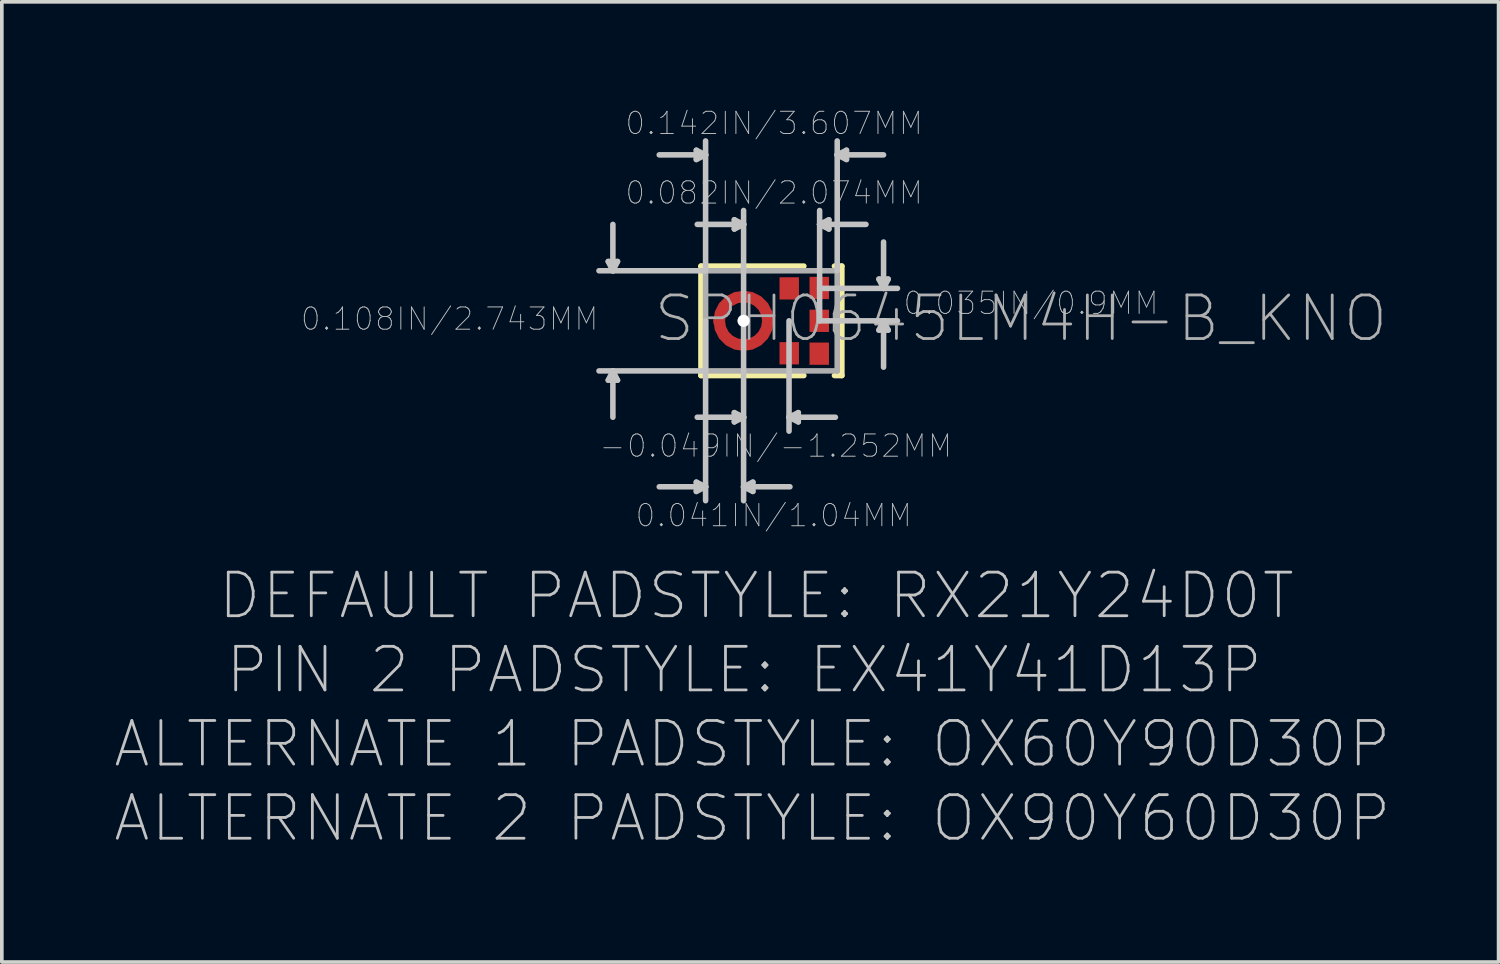
<source format=kicad_pcb>
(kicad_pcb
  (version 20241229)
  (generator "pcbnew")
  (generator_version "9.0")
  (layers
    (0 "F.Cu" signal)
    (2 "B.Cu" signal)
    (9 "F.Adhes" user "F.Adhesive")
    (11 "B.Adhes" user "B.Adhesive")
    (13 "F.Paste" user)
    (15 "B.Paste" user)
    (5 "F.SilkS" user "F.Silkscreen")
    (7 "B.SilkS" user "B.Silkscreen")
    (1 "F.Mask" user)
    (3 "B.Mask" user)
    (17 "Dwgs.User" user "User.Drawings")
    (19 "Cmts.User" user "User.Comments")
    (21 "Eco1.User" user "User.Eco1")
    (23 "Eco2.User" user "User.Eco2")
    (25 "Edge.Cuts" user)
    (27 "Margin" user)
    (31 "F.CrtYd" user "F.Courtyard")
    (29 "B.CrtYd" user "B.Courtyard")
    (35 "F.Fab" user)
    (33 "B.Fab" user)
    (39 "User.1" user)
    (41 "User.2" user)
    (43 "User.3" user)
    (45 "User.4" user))
  (footprint "SPH0645LM4H-B_KNO"
    (layer "F.Cu")
    (at 18.085 5.74)
    (property "Reference" "SPH0645LM4H-B_KNO" (at -3.277 0.635 0) (layer "F.Fab") (effects (font (size 1.194 1.194) (thickness 0.076)) (justify left bottom)))
    (fp_poly (pts (xy -0.508 -0.785) (xy -0.278 -0.668) (xy -0.095 -0.485) (xy 0.022 -0.255) (xy 0.062 -0.001) (xy 0.058 0.085) (xy -0.258 0.057) (xy -0.255 0.001) (xy -0.28 -0.157) (xy -0.353 -0.299) (xy -0.465 -0.411) (xy -0.606 -0.483) (xy -0.763 -0.508) (xy -0.92 -0.483) (xy -1.062 -0.411) (xy -1.174 -0.299) (xy -1.246 -0.157) (xy -1.271 0.001) (xy -1.269 0.057) (xy -1.585 0.085) (xy -1.589 -0.001) (xy -1.549 -0.255) (xy -1.431 -0.485) (xy -1.249 -0.668) (xy -1.019 -0.785) (xy -0.763 -0.826)) (stroke (width 0) (type solid)) (fill yes) (layer "F.Cu"))
    (fp_poly (pts (xy 0.062 0.001) (xy 0.022 0.255) (xy -0.095 0.485) (xy -0.278 0.668) (xy -0.508 0.785) (xy -0.763 0.826) (xy -1.019 0.785) (xy -1.249 0.668) (xy -1.431 0.485) (xy -1.549 0.255) (xy -1.589 0.001) (xy -1.585 -0.085) (xy -1.269 -0.057) (xy -1.271 -0.001) (xy -1.246 0.157) (xy -1.174 0.299) (xy -1.062 0.411) (xy -0.92 0.483) (xy -0.763 0.508) (xy -0.606 0.483) (xy -0.465 0.411) (xy -0.353 0.299) (xy -0.28 0.157) (xy -0.255 -0.001) (xy -0.258 -0.057) (xy 0.058 -0.085)) (stroke (width 0) (type solid)) (fill yes) (layer "F.Cu"))
    (fp_poly (pts (xy -0.508 -0.785) (xy -0.278 -0.668) (xy -0.095 -0.485) (xy 0.022 -0.255) (xy 0.062 -0.001) (xy 0.058 0.085) (xy -0.258 0.057) (xy -0.255 0.001) (xy -0.28 -0.157) (xy -0.353 -0.299) (xy -0.465 -0.411) (xy -0.606 -0.483) (xy -0.763 -0.508) (xy -0.92 -0.483) (xy -1.062 -0.411) (xy -1.174 -0.299) (xy -1.246 -0.157) (xy -1.271 0.001) (xy -1.269 0.057) (xy -1.585 0.085) (xy -1.589 -0.001) (xy -1.549 -0.255) (xy -1.431 -0.485) (xy -1.249 -0.668) (xy -1.019 -0.785) (xy -0.763 -0.826)) (stroke (width 0) (type solid)) (fill yes) (layer "F.Mask"))
    (fp_poly (pts (xy 0.062 0.001) (xy 0.022 0.255) (xy -0.095 0.485) (xy -0.278 0.668) (xy -0.508 0.785) (xy -0.763 0.826) (xy -1.019 0.785) (xy -1.249 0.668) (xy -1.431 0.485) (xy -1.549 0.255) (xy -1.589 0.001) (xy -1.585 -0.085) (xy -1.269 -0.057) (xy -1.271 -0.001) (xy -1.246 0.157) (xy -1.174 0.299) (xy -1.062 0.411) (xy -0.92 0.483) (xy -0.763 0.508) (xy -0.606 0.483) (xy -0.465 0.411) (xy -0.353 0.299) (xy -0.28 0.157) (xy -0.255 -0.001) (xy -0.258 -0.057) (xy 0.058 -0.085)) (stroke (width 0) (type solid)) (fill yes) (layer "F.Mask"))
    (fp_line (start -1.93 -1.499) (end -1.93 1.499) (stroke (width 0.152) (type solid)) (layer "F.SilkS"))
    (fp_line (start -1.93 1.499) (end 0.889 1.499) (stroke (width 0.152) (type solid)) (layer "F.SilkS"))
    (fp_line (start 0.889 -1.499) (end -1.93 -1.499) (stroke (width 0.152) (type solid)) (layer "F.SilkS"))
    (fp_line (start 1.727 1.499) (end 1.93 1.499) (stroke (width 0.152) (type solid)) (layer "F.SilkS"))
    (fp_line (start 1.93 -1.499) (end 1.727 -1.499) (stroke (width 0.152) (type solid)) (layer "F.SilkS"))
    (fp_line (start 1.93 1.499) (end 1.93 -1.499) (stroke (width 0.152) (type solid)) (layer "F.SilkS"))
    (fp_poly (pts (xy -0.508 -0.785) (xy -0.278 -0.668) (xy -0.095 -0.485) (xy 0.022 -0.255) (xy 0.062 -0.001) (xy 0.058 0.085) (xy -0.258 0.057) (xy -0.255 0.001) (xy -0.28 -0.157) (xy -0.353 -0.299) (xy -0.465 -0.411) (xy -0.606 -0.483) (xy -0.763 -0.508) (xy -0.92 -0.483) (xy -1.062 -0.411) (xy -1.174 -0.299) (xy -1.246 -0.157) (xy -1.271 0.001) (xy -1.269 0.057) (xy -1.585 0.085) (xy -1.589 -0.001) (xy -1.549 -0.255) (xy -1.431 -0.485) (xy -1.249 -0.668) (xy -1.019 -0.785) (xy -0.763 -0.826)) (stroke (width 0) (type solid)) (fill yes) (layer "F.Paste"))
    (fp_poly (pts (xy 0.062 0.001) (xy 0.022 0.255) (xy -0.095 0.485) (xy -0.278 0.668) (xy -0.508 0.785) (xy -0.763 0.826) (xy -1.019 0.785) (xy -1.249 0.668) (xy -1.431 0.485) (xy -1.549 0.255) (xy -1.589 0.001) (xy -1.585 -0.085) (xy -1.269 -0.057) (xy -1.271 -0.001) (xy -1.246 0.157) (xy -1.174 0.299) (xy -1.062 0.411) (xy -0.92 0.483) (xy -0.763 0.508) (xy -0.606 0.483) (xy -0.465 0.411) (xy -0.353 0.299) (xy -0.28 0.157) (xy -0.255 -0.001) (xy -0.258 -0.057) (xy 0.058 -0.085)) (stroke (width 0) (type solid)) (fill yes) (layer "F.Paste"))
    (fp_line (start -4.47 -1.626) (end -4.216 -1.626) (stroke (width 0.152) (type solid)) (layer "Dwgs.User"))
    (fp_line (start -4.47 1.626) (end -4.216 1.626) (stroke (width 0.152) (type solid)) (layer "Dwgs.User"))
    (fp_line (start -4.343 -1.372) (end -4.724 -1.372) (stroke (width 0.152) (type solid)) (layer "Dwgs.User"))
    (fp_line (start -4.343 -1.372) (end -4.47 -1.626) (stroke (width 0.152) (type solid)) (layer "Dwgs.User"))
    (fp_line (start -4.343 -1.372) (end -4.343 -2.642) (stroke (width 0.152) (type solid)) (layer "Dwgs.User"))
    (fp_line (start -4.343 -1.372) (end -4.216 -1.626) (stroke (width 0.152) (type solid)) (layer "Dwgs.User"))
    (fp_line (start -4.343 1.372) (end -4.724 1.372) (stroke (width 0.152) (type solid)) (layer "Dwgs.User"))
    (fp_line (start -4.343 1.372) (end -4.47 1.626) (stroke (width 0.152) (type solid)) (layer "Dwgs.User"))
    (fp_line (start -4.343 1.372) (end -4.343 2.642) (stroke (width 0.152) (type solid)) (layer "Dwgs.User"))
    (fp_line (start -4.343 1.372) (end -4.216 1.626) (stroke (width 0.152) (type solid)) (layer "Dwgs.User"))
    (fp_line (start -2.057 -4.674) (end -2.057 -4.42) (stroke (width 0.152) (type solid)) (layer "Dwgs.User"))
    (fp_line (start -2.057 4.42) (end -2.057 4.674) (stroke (width 0.152) (type solid)) (layer "Dwgs.User"))
    (fp_line (start -1.803 -4.547) (end -3.073 -4.547) (stroke (width 0.152) (type solid)) (layer "Dwgs.User"))
    (fp_line (start -1.803 -4.547) (end -2.057 -4.674) (stroke (width 0.152) (type solid)) (layer "Dwgs.User"))
    (fp_line (start -1.803 -4.547) (end -2.057 -4.42) (stroke (width 0.152) (type solid)) (layer "Dwgs.User"))
    (fp_line (start -1.803 -4.547) (end -1.803 -4.928) (stroke (width 0.152) (type solid)) (layer "Dwgs.User"))
    (fp_line (start -1.803 -1.372) (end -4.343 -1.372) (stroke (width 0.152) (type solid)) (layer "Dwgs.User"))
    (fp_line (start -1.803 -1.372) (end -1.803 -4.547) (stroke (width 0.152) (type solid)) (layer "Dwgs.User"))
    (fp_line (start -1.803 0) (end -1.803 4.547) (stroke (width 0.152) (type solid)) (layer "Dwgs.User"))
    (fp_line (start -1.803 1.372) (end -4.343 1.372) (stroke (width 0.152) (type solid)) (layer "Dwgs.User"))
    (fp_line (start -1.803 4.547) (end -3.073 4.547) (stroke (width 0.152) (type solid)) (layer "Dwgs.User"))
    (fp_line (start -1.803 4.547) (end -2.057 4.42) (stroke (width 0.152) (type solid)) (layer "Dwgs.User"))
    (fp_line (start -1.803 4.547) (end -2.057 4.674) (stroke (width 0.152) (type solid)) (layer "Dwgs.User"))
    (fp_line (start -1.803 4.547) (end -1.803 4.928) (stroke (width 0.152) (type solid)) (layer "Dwgs.User"))
    (fp_line (start -1.016 -2.769) (end -1.016 -2.515) (stroke (width 0.152) (type solid)) (layer "Dwgs.User"))
    (fp_line (start -1.016 2.515) (end -1.016 2.769) (stroke (width 0.152) (type solid)) (layer "Dwgs.User"))
    (fp_line (start -0.762 -2.642) (end -2.032 -2.642) (stroke (width 0.152) (type solid)) (layer "Dwgs.User"))
    (fp_line (start -0.762 -2.642) (end -1.016 -2.769) (stroke (width 0.152) (type solid)) (layer "Dwgs.User"))
    (fp_line (start -0.762 -2.642) (end -1.016 -2.515) (stroke (width 0.152) (type solid)) (layer "Dwgs.User"))
    (fp_line (start -0.762 -2.642) (end -0.762 -3.023) (stroke (width 0.152) (type solid)) (layer "Dwgs.User"))
    (fp_line (start -0.762 -2.642) (end -0.762 2.642) (stroke (width 0.152) (type solid)) (layer "Dwgs.User"))
    (fp_line (start -0.762 2.642) (end -2.032 2.642) (stroke (width 0.152) (type solid)) (layer "Dwgs.User"))
    (fp_line (start -0.762 2.642) (end -1.016 2.515) (stroke (width 0.152) (type solid)) (layer "Dwgs.User"))
    (fp_line (start -0.762 2.642) (end -1.016 2.769) (stroke (width 0.152) (type solid)) (layer "Dwgs.User"))
    (fp_line (start -0.762 2.642) (end -0.762 4.547) (stroke (width 0.152) (type solid)) (layer "Dwgs.User"))
    (fp_line (start -0.762 4.547) (end -0.762 4.928) (stroke (width 0.152) (type solid)) (layer "Dwgs.User"))
    (fp_line (start -0.762 4.547) (end -0.508 4.42) (stroke (width 0.152) (type solid)) (layer "Dwgs.User"))
    (fp_line (start -0.762 4.547) (end -0.508 4.674) (stroke (width 0.152) (type solid)) (layer "Dwgs.User"))
    (fp_line (start -0.762 4.547) (end 0.508 4.547) (stroke (width 0.152) (type solid)) (layer "Dwgs.User"))
    (fp_line (start -0.508 4.42) (end -0.508 4.674) (stroke (width 0.152) (type solid)) (layer "Dwgs.User"))
    (fp_line (start 0.483 0) (end 0.483 2.642) (stroke (width 0.152) (type solid)) (layer "Dwgs.User"))
    (fp_line (start 0.483 2.642) (end 0.483 3.023) (stroke (width 0.152) (type solid)) (layer "Dwgs.User"))
    (fp_line (start 0.483 2.642) (end 0.737 2.515) (stroke (width 0.152) (type solid)) (layer "Dwgs.User"))
    (fp_line (start 0.483 2.642) (end 0.737 2.769) (stroke (width 0.152) (type solid)) (layer "Dwgs.User"))
    (fp_line (start 0.483 2.642) (end 1.753 2.642) (stroke (width 0.152) (type solid)) (layer "Dwgs.User"))
    (fp_line (start 0.737 2.515) (end 0.737 2.769) (stroke (width 0.152) (type solid)) (layer "Dwgs.User"))
    (fp_line (start 1.321 -2.642) (end 1.321 -3.023) (stroke (width 0.152) (type solid)) (layer "Dwgs.User"))
    (fp_line (start 1.321 -2.642) (end 1.575 -2.769) (stroke (width 0.152) (type solid)) (layer "Dwgs.User"))
    (fp_line (start 1.321 -2.642) (end 1.575 -2.515) (stroke (width 0.152) (type solid)) (layer "Dwgs.User"))
    (fp_line (start 1.321 -2.642) (end 2.591 -2.642) (stroke (width 0.152) (type solid)) (layer "Dwgs.User"))
    (fp_line (start 1.321 -0.889) (end 3.073 -0.889) (stroke (width 0.152) (type solid)) (layer "Dwgs.User"))
    (fp_line (start 1.321 0) (end 1.321 -2.642) (stroke (width 0.152) (type solid)) (layer "Dwgs.User"))
    (fp_line (start 1.321 0) (end 3.073 0) (stroke (width 0.152) (type solid)) (layer "Dwgs.User"))
    (fp_line (start 1.575 -2.769) (end 1.575 -2.515) (stroke (width 0.152) (type solid)) (layer "Dwgs.User"))
    (fp_line (start 1.803 -4.547) (end 1.803 -4.928) (stroke (width 0.152) (type solid)) (layer "Dwgs.User"))
    (fp_line (start 1.803 -4.547) (end 2.057 -4.674) (stroke (width 0.152) (type solid)) (layer "Dwgs.User"))
    (fp_line (start 1.803 -4.547) (end 2.057 -4.42) (stroke (width 0.152) (type solid)) (layer "Dwgs.User"))
    (fp_line (start 1.803 -4.547) (end 3.073 -4.547) (stroke (width 0.152) (type solid)) (layer "Dwgs.User"))
    (fp_line (start 1.803 -1.372) (end 1.803 -4.547) (stroke (width 0.152) (type solid)) (layer "Dwgs.User"))
    (fp_line (start 2.057 -4.674) (end 2.057 -4.42) (stroke (width 0.152) (type solid)) (layer "Dwgs.User"))
    (fp_line (start 2.946 -1.143) (end 3.2 -1.143) (stroke (width 0.152) (type solid)) (layer "Dwgs.User"))
    (fp_line (start 2.946 0.254) (end 3.2 0.254) (stroke (width 0.152) (type solid)) (layer "Dwgs.User"))
    (fp_line (start 3.073 -0.889) (end 2.946 -1.143) (stroke (width 0.152) (type solid)) (layer "Dwgs.User"))
    (fp_line (start 3.073 -0.889) (end 3.073 -2.159) (stroke (width 0.152) (type solid)) (layer "Dwgs.User"))
    (fp_line (start 3.073 -0.889) (end 3.2 -1.143) (stroke (width 0.152) (type solid)) (layer "Dwgs.User"))
    (fp_line (start 3.073 -0.889) (end 3.454 -0.889) (stroke (width 0.152) (type solid)) (layer "Dwgs.User"))
    (fp_line (start 3.073 0) (end 2.946 0.254) (stroke (width 0.152) (type solid)) (layer "Dwgs.User"))
    (fp_line (start 3.073 0) (end 3.073 1.27) (stroke (width 0.152) (type solid)) (layer "Dwgs.User"))
    (fp_line (start 3.073 0) (end 3.2 0.254) (stroke (width 0.152) (type solid)) (layer "Dwgs.User"))
    (fp_line (start 3.073 0) (end 3.454 0) (stroke (width 0.152) (type solid)) (layer "Dwgs.User"))
    (fp_line (start -1.803 -1.372) (end -1.803 1.372) (stroke (width 0.152) (type solid)) (layer "F.Fab"))
    (fp_line (start -1.803 1.372) (end 1.803 1.372) (stroke (width 0.152) (type solid)) (layer "F.Fab"))
    (fp_line (start 1.803 -1.372) (end -1.803 -1.372) (stroke (width 0.152) (type solid)) (layer "F.Fab"))
    (fp_line (start 1.803 1.372) (end 1.803 -1.372) (stroke (width 0.152) (type solid)) (layer "F.Fab"))
    (fp_text user "PIN 2 PADSTYLE: EX41Y41D13P" (at -15.011 10.262 0) (layer "Dwgs.User") (effects (font (size 1.194 1.194) (thickness 0.076)) (justify left bottom)))
    (fp_text user "0.035IN/0.9MM" (at 3.581 -0.127 0) (layer "Dwgs.User") (effects (font (size 0.61 0.61) (thickness 0.025)) (justify left bottom)))
    (fp_text user "0.082IN/2.074MM" (at -4.039 -3.15 0) (layer "Dwgs.User") (effects (font (size 0.61 0.61) (thickness 0.025)) (justify left bottom)))
    (fp_text user "0.142IN/3.607MM" (at -4.039 -5.055 0) (layer "Dwgs.User") (effects (font (size 0.61 0.61) (thickness 0.025)) (justify left bottom)))
    (fp_text user "0.108IN/2.743MM" (at -12.929 0.305 0) (layer "Dwgs.User") (effects (font (size 0.61 0.61) (thickness 0.025)) (justify left bottom)))
    (fp_text user "0.041IN/1.04MM" (at -3.759 5.69 0) (layer "Dwgs.User") (effects (font (size 0.61 0.61) (thickness 0.025)) (justify left bottom)))
    (fp_text user "DEFAULT PADSTYLE: RX21Y24D0T" (at -15.215 8.23 0) (layer "Dwgs.User") (effects (font (size 1.194 1.194) (thickness 0.076)) (justify left bottom)))
    (fp_text user "ALTERNATE 1 PADSTYLE: OX60Y90D30P" (at -18.085 12.294 0) (layer "Dwgs.User") (effects (font (size 1.194 1.194) (thickness 0.076)) (justify left bottom)))
    (fp_text user "-0.049IN/-1.252MM" (at -4.75 3.785 0) (layer "Dwgs.User") (effects (font (size 0.61 0.61) (thickness 0.025)) (justify left bottom)))
    (fp_text user "ALTERNATE 2 PADSTYLE: OX90Y60D30P" (at -18.085 14.326 0) (layer "Dwgs.User") (effects (font (size 1.194 1.194) (thickness 0.076)) (justify left bottom)))
    (pad "1" smd rect (at 1.311 -0.9) (size 0.533 0.61) (layers "F.Cu" "F.Mask" "F.Paste"))
    (pad "2" smd rect (at 0.489 -0.889) (size 0.533 0.61) (layers "F.Cu" "F.Mask" "F.Paste"))
    (pad "3" thru_hole circle (at -0.762 0) (size 0.33 0.33) (drill 0.33) (layers "*.Cu" "*.Mask"))
    (pad "4" smd rect (at 0.489 0.889) (size 0.533 0.61) (layers "F.Cu" "F.Mask" "F.Paste"))
    (pad "5" smd rect (at 1.311 0.9) (size 0.533 0.61) (layers "F.Cu" "F.Mask" "F.Paste"))
    (pad "6" smd rect (at 1.311 0) (size 0.533 0.61) (layers "F.Cu" "F.Mask" "F.Paste")))
  (gr_rect
    (start -3 -3)
    (end 38.008 23.308)
    (stroke (width 0.1) (type default))
    (fill no)
    (layer "Edge.Cuts")))
</source>
